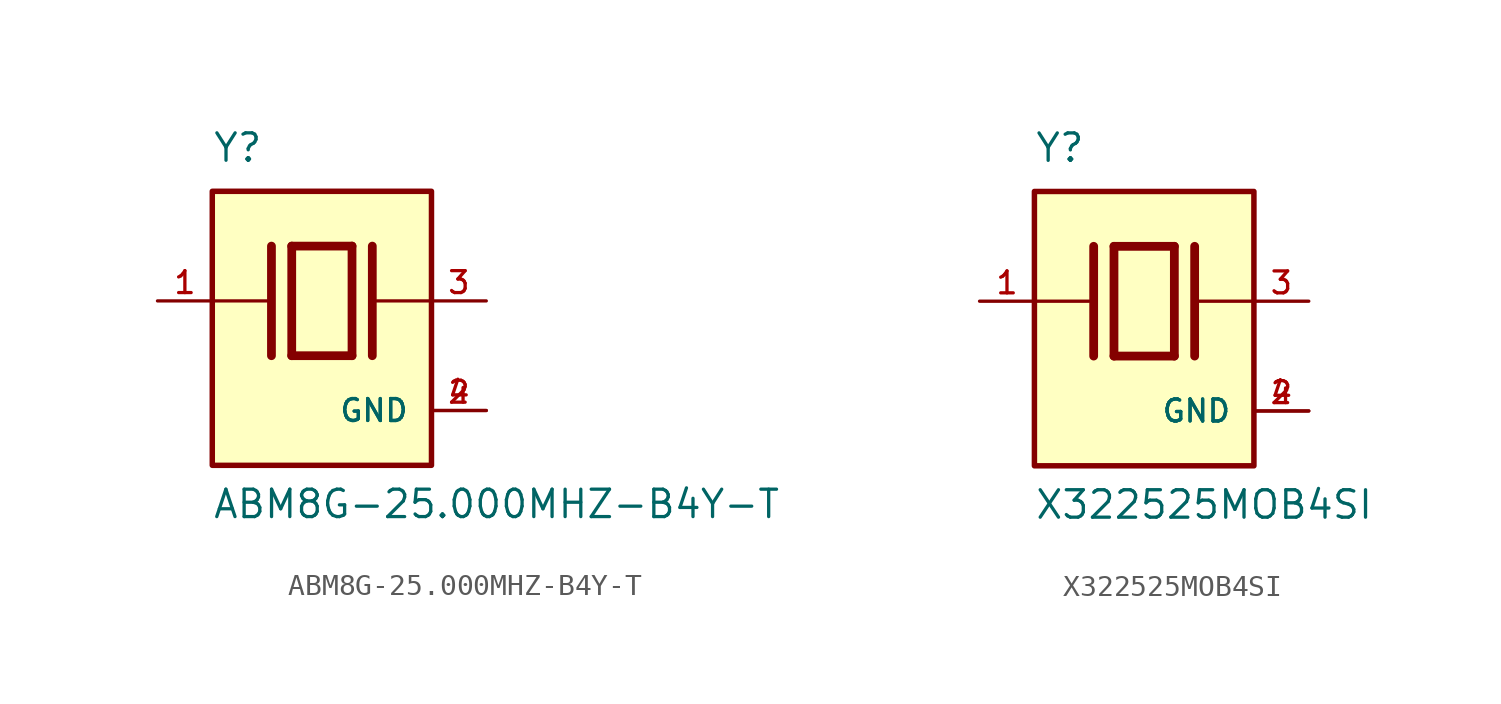
<source format=kicad_sym>
(kicad_symbol_lib
  (version 20220914)
  (generator kicad_symbol_editor)
  (symbol "ABM8G-25.000MHZ-B4Y-T"
    (pin_names
      (offset 1.016))
    (property "Reference" "Y"
      (at -5.088 6.356 0)
      (effects (font (size 1.27 1.27)) (justify left bottom)))
    (property "Value" "ABM8G-25.000MHZ-B4Y-T"
      (at -5.094 -10.16 0)
      (effects (font (size 1.27 1.27)) (justify left bottom)))
    (symbol "ABM8G-25.000MHZ-B4Y-T_0_0"
      (rectangle (start -5.08 -7.62) (end 5.08 5.08) (stroke (width 0.254) (type default)) (fill (type background)))
      (polyline (pts (xy -5.08 0) (xy -2.54 0)) (stroke (width 0.152) (type default)) (fill (type none)))
      (polyline (pts (xy -2.337 2.54) (xy -2.337 -2.54)) (stroke (width 0.406) (type default)) (fill (type none)))
      (polyline (pts (xy -1.397 2.54) (xy -1.397 -2.54)) (stroke (width 0.406) (type default)) (fill (type none)))
      (polyline (pts (xy -1.397 2.54) (xy 1.397 2.54)) (stroke (width 0.406) (type default)) (fill (type none)))
      (polyline (pts (xy 1.397 -2.54) (xy -1.397 -2.54)) (stroke (width 0.406) (type default)) (fill (type none)))
      (polyline (pts (xy 1.397 2.54) (xy 1.397 -2.54)) (stroke (width 0.406) (type default)) (fill (type none)))
      (polyline (pts (xy 2.337 2.54) (xy 2.337 -2.54)) (stroke (width 0.406) (type default)) (fill (type none)))
      (polyline (pts (xy 2.54 0) (xy 5.08 0)) (stroke (width 0.152) (type default)) (fill (type none)))
      (pin passive line (at -7.62 0 0) (length 2.54) (name "~" (effects (font (size 1.016 1.016)))) (number "1" (effects (font (size 1.016 1.016)))))
      (pin power_in line (at 7.62 -5.08 180) (length 2.54) (name "GND" (effects (font (size 1.016 1.016)))) (number "2" (effects (font (size 1.016 1.016)))))
      (pin passive line (at 7.62 0 180) (length 2.54) (name "~" (effects (font (size 1.016 1.016)))) (number "3" (effects (font (size 1.016 1.016)))))
      (pin power_in line (at 7.62 -5.08 180) (length 2.54) (name "GND" (effects (font (size 1.016 1.016)))) (number "4" (effects (font (size 1.016 1.016)))))))
  (symbol "X322525MOB4SI"
    (pin_names
      (offset 1.016))
    (property "Reference" "Y"
      (at -5.088 6.356 0)
      (effects (font (size 1.27 1.27)) (justify left bottom)))
    (property "Value" "X322525MOB4SI"
      (at -5.094 -10.16 0)
      (effects (font (size 1.27 1.27)) (justify left bottom)))
    (symbol "X322525MOB4SI_0_0"
      (rectangle (start -5.08 -7.62) (end 5.08 5.08) (stroke (width 0.254) (type default)) (fill (type background)))
      (polyline (pts (xy -5.08 0) (xy -2.54 0)) (stroke (width 0.152) (type default)) (fill (type none)))
      (polyline (pts (xy -2.337 2.54) (xy -2.337 -2.54)) (stroke (width 0.406) (type default)) (fill (type none)))
      (polyline (pts (xy -1.397 2.54) (xy -1.397 -2.54)) (stroke (width 0.406) (type default)) (fill (type none)))
      (polyline (pts (xy -1.397 2.54) (xy 1.397 2.54)) (stroke (width 0.406) (type default)) (fill (type none)))
      (polyline (pts (xy 1.397 -2.54) (xy -1.397 -2.54)) (stroke (width 0.406) (type default)) (fill (type none)))
      (polyline (pts (xy 1.397 2.54) (xy 1.397 -2.54)) (stroke (width 0.406) (type default)) (fill (type none)))
      (polyline (pts (xy 2.337 2.54) (xy 2.337 -2.54)) (stroke (width 0.406) (type default)) (fill (type none)))
      (polyline (pts (xy 2.54 0) (xy 5.08 0)) (stroke (width 0.152) (type default)) (fill (type none)))
      (pin passive line (at -7.62 0 0) (length 2.54) (name "~" (effects (font (size 1.016 1.016)))) (number "1" (effects (font (size 1.016 1.016)))))
      (pin power_in line (at 7.62 -5.08 180) (length 2.54) (name "GND" (effects (font (size 1.016 1.016)))) (number "2" (effects (font (size 1.016 1.016)))))
      (pin passive line (at 7.62 0 180) (length 2.54) (name "~" (effects (font (size 1.016 1.016)))) (number "3" (effects (font (size 1.016 1.016)))))
      (pin power_in line (at 7.62 -5.08 180) (length 2.54) (name "GND" (effects (font (size 1.016 1.016)))) (number "4" (effects (font (size 1.016 1.016))))))))
</source>
